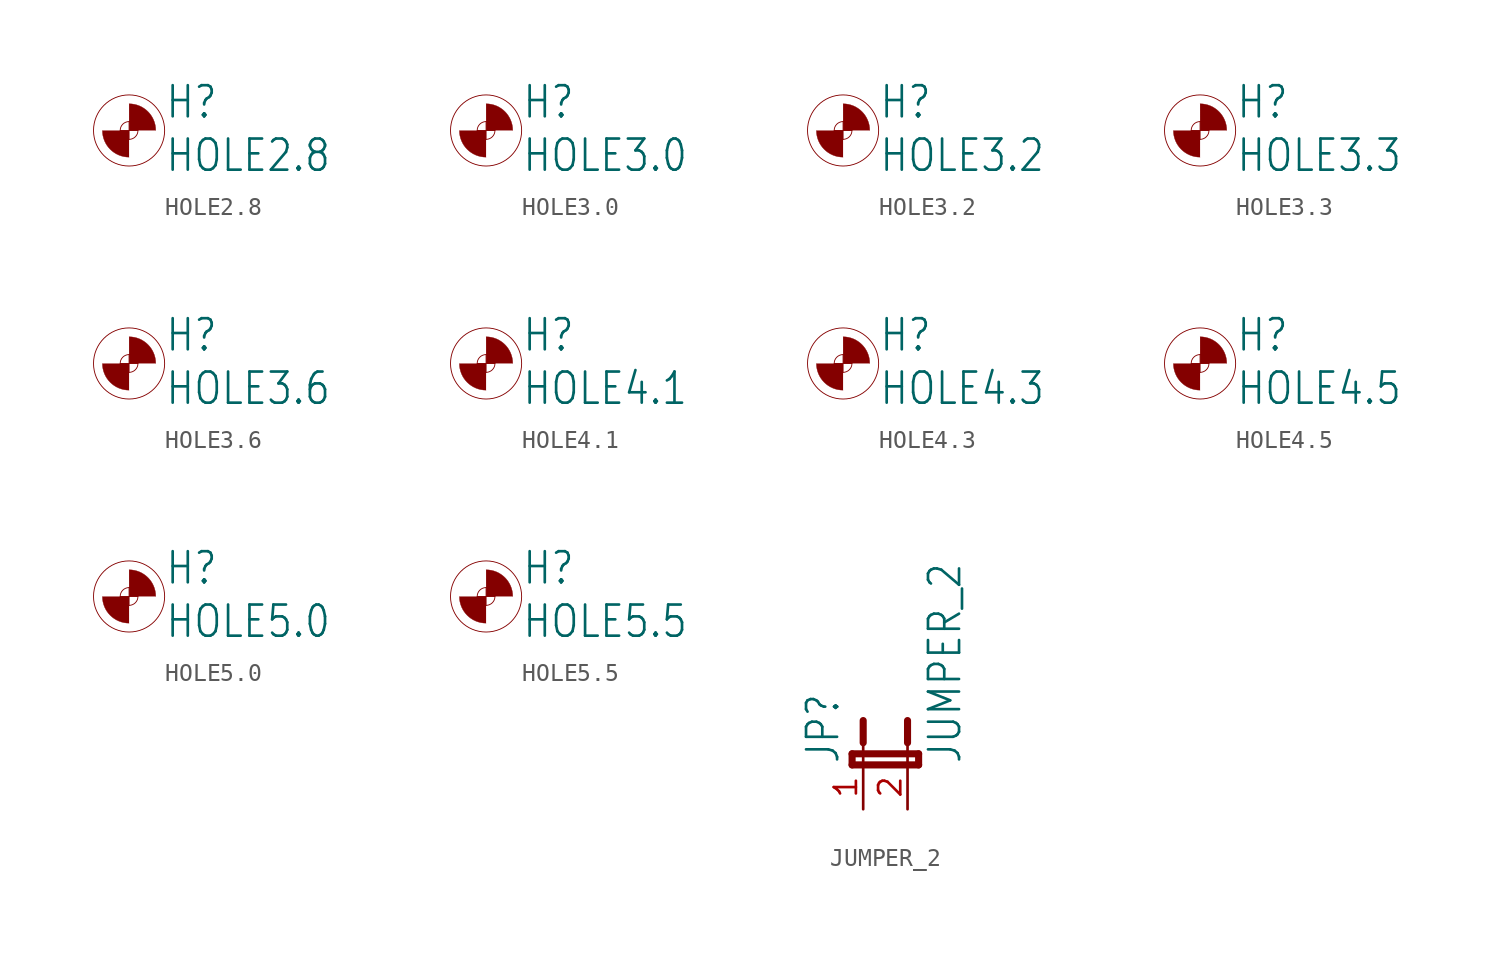
<source format=kicad_sym>
(kicad_symbol_lib
  (version 20211014)
  (generator kicad_symbol_editor)
  (symbol "HOLE2.8"
    (property "Reference" "H"
      (at 2.032 0.584 0)
      (effects (font (size 1.778 1.511)) (justify left bottom)))
    (property "Value" "HOLE2.8"
      (at 2.032 -2.464 0)
      (effects (font (size 1.778 1.511)) (justify left bottom)))
    (property "ki_locked" ""
      (at 0 0 0)
      (effects (font (size 1.27 1.27))))
    (symbol "HOLE2.8_1_0"
      (arc (start -1.524 0) (mid -1.0776 -1.0776) (end 0 -1.524) (stroke (width 0.0001) (type default) (color 0 0 0 0)) (fill (type outline)))
      (polyline (pts (xy -0.508 0) (xy 0.508 0)) (stroke (width 0.051) (type default) (color 0 0 0 0)) (fill (type none)))
      (polyline (pts (xy 0 0.508) (xy 0 -0.508)) (stroke (width 0.051) (type default) (color 0 0 0 0)) (fill (type none)))
      (circle (center 0 0) (radius 0.508) (stroke (width 0.051) (type default) (color 0 0 0 0)) (fill (type none)))
      (circle (center 0 0) (radius 2.032) (stroke (width 0.051) (type default) (color 0 0 0 0)) (fill (type none)))
      (arc (start 1.524 0) (mid 1.0776 1.0776) (end 0 1.524) (stroke (width 0.0001) (type default) (color 0 0 0 0)) (fill (type outline)))))
  (symbol "HOLE3.0"
    (property "Reference" "H"
      (at 2.032 0.584 0)
      (effects (font (size 1.778 1.511)) (justify left bottom)))
    (property "Value" "HOLE3.0"
      (at 2.032 -2.464 0)
      (effects (font (size 1.778 1.511)) (justify left bottom)))
    (property "ki_locked" ""
      (at 0 0 0)
      (effects (font (size 1.27 1.27))))
    (symbol "HOLE3.0_1_0"
      (arc (start -1.524 0) (mid -1.0776 -1.0776) (end 0 -1.524) (stroke (width 0.0001) (type default) (color 0 0 0 0)) (fill (type outline)))
      (polyline (pts (xy -0.508 0) (xy 0.508 0)) (stroke (width 0.051) (type default) (color 0 0 0 0)) (fill (type none)))
      (polyline (pts (xy 0 0.508) (xy 0 -0.508)) (stroke (width 0.051) (type default) (color 0 0 0 0)) (fill (type none)))
      (circle (center 0 0) (radius 0.508) (stroke (width 0.051) (type default) (color 0 0 0 0)) (fill (type none)))
      (circle (center 0 0) (radius 2.032) (stroke (width 0.051) (type default) (color 0 0 0 0)) (fill (type none)))
      (arc (start 1.524 0) (mid 1.0776 1.0776) (end 0 1.524) (stroke (width 0.0001) (type default) (color 0 0 0 0)) (fill (type outline)))))
  (symbol "HOLE3.2"
    (property "Reference" "H"
      (at 2.032 0.584 0)
      (effects (font (size 1.778 1.511)) (justify left bottom)))
    (property "Value" "HOLE3.2"
      (at 2.032 -2.464 0)
      (effects (font (size 1.778 1.511)) (justify left bottom)))
    (property "ki_locked" ""
      (at 0 0 0)
      (effects (font (size 1.27 1.27))))
    (symbol "HOLE3.2_1_0"
      (arc (start -1.524 0) (mid -1.0776 -1.0776) (end 0 -1.524) (stroke (width 0.0001) (type default) (color 0 0 0 0)) (fill (type outline)))
      (polyline (pts (xy -0.508 0) (xy 0.508 0)) (stroke (width 0.051) (type default) (color 0 0 0 0)) (fill (type none)))
      (polyline (pts (xy 0 0.508) (xy 0 -0.508)) (stroke (width 0.051) (type default) (color 0 0 0 0)) (fill (type none)))
      (circle (center 0 0) (radius 0.508) (stroke (width 0.051) (type default) (color 0 0 0 0)) (fill (type none)))
      (circle (center 0 0) (radius 2.032) (stroke (width 0.051) (type default) (color 0 0 0 0)) (fill (type none)))
      (arc (start 1.524 0) (mid 1.0776 1.0776) (end 0 1.524) (stroke (width 0.0001) (type default) (color 0 0 0 0)) (fill (type outline)))))
  (symbol "HOLE3.3"
    (property "Reference" "H"
      (at 2.032 0.584 0)
      (effects (font (size 1.778 1.511)) (justify left bottom)))
    (property "Value" "HOLE3.3"
      (at 2.032 -2.464 0)
      (effects (font (size 1.778 1.511)) (justify left bottom)))
    (property "ki_locked" ""
      (at 0 0 0)
      (effects (font (size 1.27 1.27))))
    (symbol "HOLE3.3_1_0"
      (arc (start -1.524 0) (mid -1.0776 -1.0776) (end 0 -1.524) (stroke (width 0.0001) (type default) (color 0 0 0 0)) (fill (type outline)))
      (polyline (pts (xy -0.508 0) (xy 0.508 0)) (stroke (width 0.051) (type default) (color 0 0 0 0)) (fill (type none)))
      (polyline (pts (xy 0 0.508) (xy 0 -0.508)) (stroke (width 0.051) (type default) (color 0 0 0 0)) (fill (type none)))
      (circle (center 0 0) (radius 0.508) (stroke (width 0.051) (type default) (color 0 0 0 0)) (fill (type none)))
      (circle (center 0 0) (radius 2.032) (stroke (width 0.051) (type default) (color 0 0 0 0)) (fill (type none)))
      (arc (start 1.524 0) (mid 1.0776 1.0776) (end 0 1.524) (stroke (width 0.0001) (type default) (color 0 0 0 0)) (fill (type outline)))))
  (symbol "HOLE3.6"
    (property "Reference" "H"
      (at 2.032 0.584 0)
      (effects (font (size 1.778 1.511)) (justify left bottom)))
    (property "Value" "HOLE3.6"
      (at 2.032 -2.464 0)
      (effects (font (size 1.778 1.511)) (justify left bottom)))
    (property "ki_locked" ""
      (at 0 0 0)
      (effects (font (size 1.27 1.27))))
    (symbol "HOLE3.6_1_0"
      (arc (start -1.524 0) (mid -1.0776 -1.0776) (end 0 -1.524) (stroke (width 0.0001) (type default) (color 0 0 0 0)) (fill (type outline)))
      (polyline (pts (xy -0.508 0) (xy 0.508 0)) (stroke (width 0.051) (type default) (color 0 0 0 0)) (fill (type none)))
      (polyline (pts (xy 0 0.508) (xy 0 -0.508)) (stroke (width 0.051) (type default) (color 0 0 0 0)) (fill (type none)))
      (circle (center 0 0) (radius 0.508) (stroke (width 0.051) (type default) (color 0 0 0 0)) (fill (type none)))
      (circle (center 0 0) (radius 2.032) (stroke (width 0.051) (type default) (color 0 0 0 0)) (fill (type none)))
      (arc (start 1.524 0) (mid 1.0776 1.0776) (end 0 1.524) (stroke (width 0.0001) (type default) (color 0 0 0 0)) (fill (type outline)))))
  (symbol "HOLE4.1"
    (property "Reference" "H"
      (at 2.032 0.584 0)
      (effects (font (size 1.778 1.511)) (justify left bottom)))
    (property "Value" "HOLE4.1"
      (at 2.032 -2.464 0)
      (effects (font (size 1.778 1.511)) (justify left bottom)))
    (property "ki_locked" ""
      (at 0 0 0)
      (effects (font (size 1.27 1.27))))
    (symbol "HOLE4.1_1_0"
      (arc (start -1.524 0) (mid -1.0776 -1.0776) (end 0 -1.524) (stroke (width 0.0001) (type default) (color 0 0 0 0)) (fill (type outline)))
      (polyline (pts (xy -0.508 0) (xy 0.508 0)) (stroke (width 0.051) (type default) (color 0 0 0 0)) (fill (type none)))
      (polyline (pts (xy 0 0.508) (xy 0 -0.508)) (stroke (width 0.051) (type default) (color 0 0 0 0)) (fill (type none)))
      (circle (center 0 0) (radius 0.508) (stroke (width 0.051) (type default) (color 0 0 0 0)) (fill (type none)))
      (circle (center 0 0) (radius 2.032) (stroke (width 0.051) (type default) (color 0 0 0 0)) (fill (type none)))
      (arc (start 1.524 0) (mid 1.0776 1.0776) (end 0 1.524) (stroke (width 0.0001) (type default) (color 0 0 0 0)) (fill (type outline)))))
  (symbol "HOLE4.3"
    (property "Reference" "H"
      (at 2.032 0.584 0)
      (effects (font (size 1.778 1.511)) (justify left bottom)))
    (property "Value" "HOLE4.3"
      (at 2.032 -2.464 0)
      (effects (font (size 1.778 1.511)) (justify left bottom)))
    (property "ki_locked" ""
      (at 0 0 0)
      (effects (font (size 1.27 1.27))))
    (symbol "HOLE4.3_1_0"
      (arc (start -1.524 0) (mid -1.0776 -1.0776) (end 0 -1.524) (stroke (width 0.0001) (type default) (color 0 0 0 0)) (fill (type outline)))
      (polyline (pts (xy -0.508 0) (xy 0.508 0)) (stroke (width 0.051) (type default) (color 0 0 0 0)) (fill (type none)))
      (polyline (pts (xy 0 0.508) (xy 0 -0.508)) (stroke (width 0.051) (type default) (color 0 0 0 0)) (fill (type none)))
      (circle (center 0 0) (radius 0.508) (stroke (width 0.051) (type default) (color 0 0 0 0)) (fill (type none)))
      (circle (center 0 0) (radius 2.032) (stroke (width 0.051) (type default) (color 0 0 0 0)) (fill (type none)))
      (arc (start 1.524 0) (mid 1.0776 1.0776) (end 0 1.524) (stroke (width 0.0001) (type default) (color 0 0 0 0)) (fill (type outline)))))
  (symbol "HOLE4.5"
    (property "Reference" "H"
      (at 2.032 0.584 0)
      (effects (font (size 1.778 1.511)) (justify left bottom)))
    (property "Value" "HOLE4.5"
      (at 2.032 -2.464 0)
      (effects (font (size 1.778 1.511)) (justify left bottom)))
    (property "ki_locked" ""
      (at 0 0 0)
      (effects (font (size 1.27 1.27))))
    (symbol "HOLE4.5_1_0"
      (arc (start -1.524 0) (mid -1.0776 -1.0776) (end 0 -1.524) (stroke (width 0.0001) (type default) (color 0 0 0 0)) (fill (type outline)))
      (polyline (pts (xy -0.508 0) (xy 0.508 0)) (stroke (width 0.051) (type default) (color 0 0 0 0)) (fill (type none)))
      (polyline (pts (xy 0 0.508) (xy 0 -0.508)) (stroke (width 0.051) (type default) (color 0 0 0 0)) (fill (type none)))
      (circle (center 0 0) (radius 0.508) (stroke (width 0.051) (type default) (color 0 0 0 0)) (fill (type none)))
      (circle (center 0 0) (radius 2.032) (stroke (width 0.051) (type default) (color 0 0 0 0)) (fill (type none)))
      (arc (start 1.524 0) (mid 1.0776 1.0776) (end 0 1.524) (stroke (width 0.0001) (type default) (color 0 0 0 0)) (fill (type outline)))))
  (symbol "HOLE5.0"
    (property "Reference" "H"
      (at 2.032 0.584 0)
      (effects (font (size 1.778 1.511)) (justify left bottom)))
    (property "Value" "HOLE5.0"
      (at 2.032 -2.464 0)
      (effects (font (size 1.778 1.511)) (justify left bottom)))
    (property "ki_locked" ""
      (at 0 0 0)
      (effects (font (size 1.27 1.27))))
    (symbol "HOLE5.0_1_0"
      (arc (start -1.524 0) (mid -1.0776 -1.0776) (end 0 -1.524) (stroke (width 0.0001) (type default) (color 0 0 0 0)) (fill (type outline)))
      (polyline (pts (xy -0.508 0) (xy 0.508 0)) (stroke (width 0.051) (type default) (color 0 0 0 0)) (fill (type none)))
      (polyline (pts (xy 0 0.508) (xy 0 -0.508)) (stroke (width 0.051) (type default) (color 0 0 0 0)) (fill (type none)))
      (circle (center 0 0) (radius 0.508) (stroke (width 0.051) (type default) (color 0 0 0 0)) (fill (type none)))
      (circle (center 0 0) (radius 2.032) (stroke (width 0.051) (type default) (color 0 0 0 0)) (fill (type none)))
      (arc (start 1.524 0) (mid 1.0776 1.0776) (end 0 1.524) (stroke (width 0.0001) (type default) (color 0 0 0 0)) (fill (type outline)))))
  (symbol "HOLE5.5"
    (property "Reference" "H"
      (at 2.032 0.584 0)
      (effects (font (size 1.778 1.511)) (justify left bottom)))
    (property "Value" "HOLE5.5"
      (at 2.032 -2.464 0)
      (effects (font (size 1.778 1.511)) (justify left bottom)))
    (property "ki_locked" ""
      (at 0 0 0)
      (effects (font (size 1.27 1.27))))
    (symbol "HOLE5.5_1_0"
      (arc (start -1.524 0) (mid -1.0776 -1.0776) (end 0 -1.524) (stroke (width 0.0001) (type default) (color 0 0 0 0)) (fill (type outline)))
      (polyline (pts (xy -0.508 0) (xy 0.508 0)) (stroke (width 0.051) (type default) (color 0 0 0 0)) (fill (type none)))
      (polyline (pts (xy 0 0.508) (xy 0 -0.508)) (stroke (width 0.051) (type default) (color 0 0 0 0)) (fill (type none)))
      (circle (center 0 0) (radius 0.508) (stroke (width 0.051) (type default) (color 0 0 0 0)) (fill (type none)))
      (circle (center 0 0) (radius 2.032) (stroke (width 0.051) (type default) (color 0 0 0 0)) (fill (type none)))
      (arc (start 1.524 0) (mid 1.0776 1.0776) (end 0 1.524) (stroke (width 0.0001) (type default) (color 0 0 0 0)) (fill (type outline)))))
  (symbol "JUMPER_2"
    (property "Reference" "JP"
      (at -1.27 0 90)
      (effects (font (size 1.778 1.511)) (justify left bottom)))
    (property "Value" "JUMPER_2"
      (at 5.715 0 90)
      (effects (font (size 1.778 1.511)) (justify left bottom)))
    (property "ki_locked" ""
      (at 0 0 0)
      (effects (font (size 1.27 1.27))))
    (symbol "JUMPER_2_1_0"
      (polyline (pts (xy -0.635 0) (xy 3.175 0)) (stroke (width 0.406) (type default) (color 0 0 0 0)) (fill (type none)))
      (polyline (pts (xy -0.635 0.635) (xy -0.635 0)) (stroke (width 0.406) (type default) (color 0 0 0 0)) (fill (type none)))
      (polyline (pts (xy 0 0) (xy 0 1.27)) (stroke (width 0.152) (type default) (color 0 0 0 0)) (fill (type none)))
      (polyline (pts (xy 0 2.54) (xy 0 1.27)) (stroke (width 0.406) (type default) (color 0 0 0 0)) (fill (type none)))
      (polyline (pts (xy 2.54 0) (xy 2.54 1.27)) (stroke (width 0.152) (type default) (color 0 0 0 0)) (fill (type none)))
      (polyline (pts (xy 2.54 2.54) (xy 2.54 1.27)) (stroke (width 0.406) (type default) (color 0 0 0 0)) (fill (type none)))
      (polyline (pts (xy 3.175 0) (xy 3.175 0.635)) (stroke (width 0.406) (type default) (color 0 0 0 0)) (fill (type none)))
      (polyline (pts (xy 3.175 0.635) (xy -0.635 0.635)) (stroke (width 0.406) (type default) (color 0 0 0 0)) (fill (type none)))
      (pin passive line (at 0 -2.54 90) (length 2.54) (name "1" (effects (font (size 0 0)))) (number "1" (effects (font (size 1.27 1.27)))))
      (pin passive line (at 2.54 -2.54 90) (length 2.54) (name "2" (effects (font (size 0 0)))) (number "2" (effects (font (size 1.27 1.27))))))))
</source>
